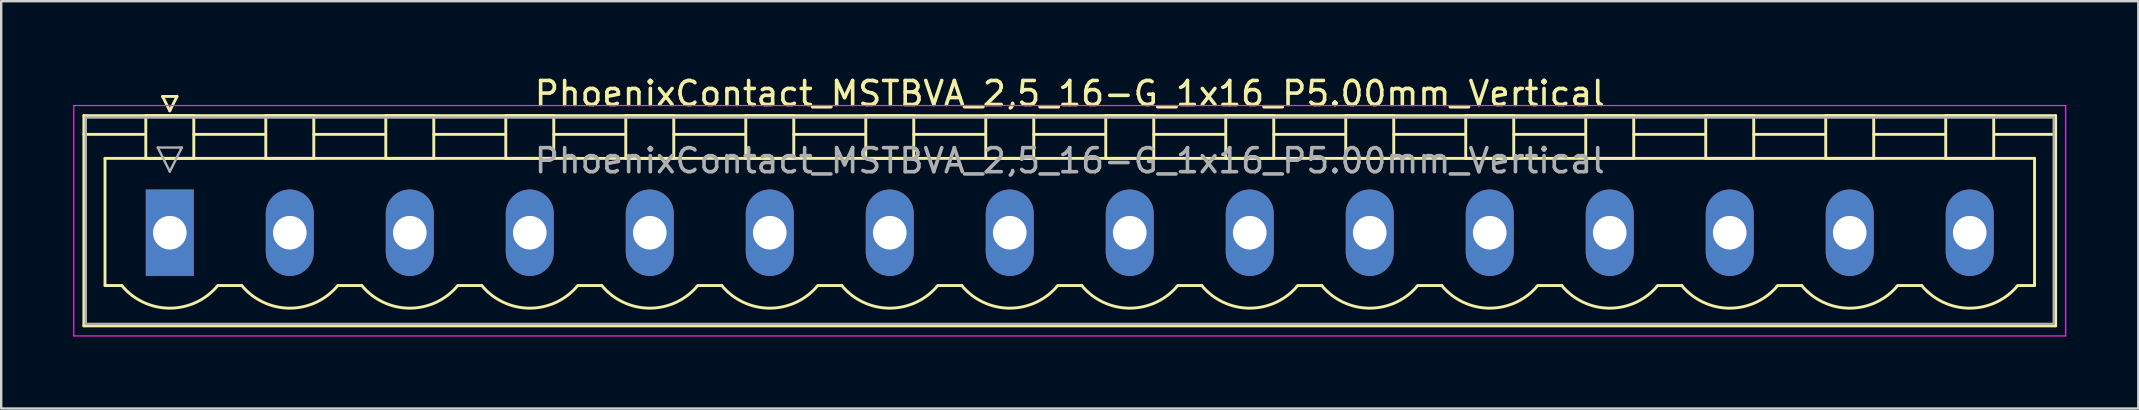
<source format=kicad_pcb>
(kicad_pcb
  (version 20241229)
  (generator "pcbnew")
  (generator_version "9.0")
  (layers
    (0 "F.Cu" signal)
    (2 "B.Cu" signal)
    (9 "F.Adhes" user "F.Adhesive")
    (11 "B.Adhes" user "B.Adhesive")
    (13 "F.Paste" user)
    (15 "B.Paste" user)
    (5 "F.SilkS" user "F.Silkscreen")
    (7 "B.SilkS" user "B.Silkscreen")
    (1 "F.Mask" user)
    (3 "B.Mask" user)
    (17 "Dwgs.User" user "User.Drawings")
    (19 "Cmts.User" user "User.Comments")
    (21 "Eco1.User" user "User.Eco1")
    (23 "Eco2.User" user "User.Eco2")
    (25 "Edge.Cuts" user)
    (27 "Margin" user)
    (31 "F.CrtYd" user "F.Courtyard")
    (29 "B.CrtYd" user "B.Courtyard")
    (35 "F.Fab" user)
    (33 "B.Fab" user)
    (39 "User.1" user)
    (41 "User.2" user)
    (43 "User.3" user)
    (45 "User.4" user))
  (footprint "PhoenixContact_MSTBVA_2,5_16-G_1x16_P5.00mm_Vertical"
    (layer "F.Cu")
    (at 4.025 6.648)
    (property "Reference" "PhoenixContact_MSTBVA_2,5_16-G_1x16_P5.00mm_Vertical" (at 37.5 -5.8 0) (layer "F.SilkS") (effects (font (size 1 1) (thickness 0.15))))
    (attr through_hole)
    (fp_line (start -3.58 -4.88) (end -3.58 3.88) (stroke (width 0.12) (type solid)) (layer "F.SilkS"))
    (fp_line (start -3.58 -4.1) (end -1.08 -4.1) (stroke (width 0.12) (type solid)) (layer "F.SilkS"))
    (fp_line (start -3.58 3.88) (end 78.58 3.88) (stroke (width 0.12) (type solid)) (layer "F.SilkS"))
    (fp_line (start -2.7 -3.1) (end 77.7 -3.1) (stroke (width 0.12) (type solid)) (layer "F.SilkS"))
    (fp_line (start -2.7 2.2) (end -2.7 -3.1) (stroke (width 0.12) (type solid)) (layer "F.SilkS"))
    (fp_line (start -2 2.2) (end -2.7 2.2) (stroke (width 0.12) (type solid)) (layer "F.SilkS"))
    (fp_line (start -1 -4.88) (end 1 -4.88) (stroke (width 0.12) (type solid)) (layer "F.SilkS"))
    (fp_line (start -1 -3.1) (end -1 -4.88) (stroke (width 0.12) (type solid)) (layer "F.SilkS"))
    (fp_line (start -0.3 -5.68) (end 0.3 -5.68) (stroke (width 0.12) (type solid)) (layer "F.SilkS"))
    (fp_line (start 0 -5.08) (end -0.3 -5.68) (stroke (width 0.12) (type solid)) (layer "F.SilkS"))
    (fp_line (start 0.3 -5.68) (end 0 -5.08) (stroke (width 0.12) (type solid)) (layer "F.SilkS"))
    (fp_line (start 1 -4.88) (end 1 -3.1) (stroke (width 0.12) (type solid)) (layer "F.SilkS"))
    (fp_line (start 1 -4.1) (end 4 -4.1) (stroke (width 0.12) (type solid)) (layer "F.SilkS"))
    (fp_line (start 1 -3.1) (end -1 -3.1) (stroke (width 0.12) (type solid)) (layer "F.SilkS"))
    (fp_line (start 2 2.2) (end 3 2.2) (stroke (width 0.12) (type solid)) (layer "F.SilkS"))
    (fp_line (start 4 -4.88) (end 6 -4.88) (stroke (width 0.12) (type solid)) (layer "F.SilkS"))
    (fp_line (start 4 -3.1) (end 4 -4.88) (stroke (width 0.12) (type solid)) (layer "F.SilkS"))
    (fp_line (start 6 -4.88) (end 6 -3.1) (stroke (width 0.12) (type solid)) (layer "F.SilkS"))
    (fp_line (start 6 -4.1) (end 9 -4.1) (stroke (width 0.12) (type solid)) (layer "F.SilkS"))
    (fp_line (start 6 -3.1) (end 4 -3.1) (stroke (width 0.12) (type solid)) (layer "F.SilkS"))
    (fp_line (start 7 2.2) (end 8 2.2) (stroke (width 0.12) (type solid)) (layer "F.SilkS"))
    (fp_line (start 9 -4.88) (end 11 -4.88) (stroke (width 0.12) (type solid)) (layer "F.SilkS"))
    (fp_line (start 9 -3.1) (end 9 -4.88) (stroke (width 0.12) (type solid)) (layer "F.SilkS"))
    (fp_line (start 11 -4.88) (end 11 -3.1) (stroke (width 0.12) (type solid)) (layer "F.SilkS"))
    (fp_line (start 11 -4.1) (end 14 -4.1) (stroke (width 0.12) (type solid)) (layer "F.SilkS"))
    (fp_line (start 11 -3.1) (end 9 -3.1) (stroke (width 0.12) (type solid)) (layer "F.SilkS"))
    (fp_line (start 12 2.2) (end 13 2.2) (stroke (width 0.12) (type solid)) (layer "F.SilkS"))
    (fp_line (start 14 -4.88) (end 16 -4.88) (stroke (width 0.12) (type solid)) (layer "F.SilkS"))
    (fp_line (start 14 -3.1) (end 14 -4.88) (stroke (width 0.12) (type solid)) (layer "F.SilkS"))
    (fp_line (start 16 -4.88) (end 16 -3.1) (stroke (width 0.12) (type solid)) (layer "F.SilkS"))
    (fp_line (start 16 -4.1) (end 19 -4.1) (stroke (width 0.12) (type solid)) (layer "F.SilkS"))
    (fp_line (start 16 -3.1) (end 14 -3.1) (stroke (width 0.12) (type solid)) (layer "F.SilkS"))
    (fp_line (start 17 2.2) (end 18 2.2) (stroke (width 0.12) (type solid)) (layer "F.SilkS"))
    (fp_line (start 19 -4.88) (end 21 -4.88) (stroke (width 0.12) (type solid)) (layer "F.SilkS"))
    (fp_line (start 19 -3.1) (end 19 -4.88) (stroke (width 0.12) (type solid)) (layer "F.SilkS"))
    (fp_line (start 21 -4.88) (end 21 -3.1) (stroke (width 0.12) (type solid)) (layer "F.SilkS"))
    (fp_line (start 21 -4.1) (end 24 -4.1) (stroke (width 0.12) (type solid)) (layer "F.SilkS"))
    (fp_line (start 21 -3.1) (end 19 -3.1) (stroke (width 0.12) (type solid)) (layer "F.SilkS"))
    (fp_line (start 22 2.2) (end 23 2.2) (stroke (width 0.12) (type solid)) (layer "F.SilkS"))
    (fp_line (start 24 -4.88) (end 26 -4.88) (stroke (width 0.12) (type solid)) (layer "F.SilkS"))
    (fp_line (start 24 -3.1) (end 24 -4.88) (stroke (width 0.12) (type solid)) (layer "F.SilkS"))
    (fp_line (start 26 -4.88) (end 26 -3.1) (stroke (width 0.12) (type solid)) (layer "F.SilkS"))
    (fp_line (start 26 -4.1) (end 29 -4.1) (stroke (width 0.12) (type solid)) (layer "F.SilkS"))
    (fp_line (start 26 -3.1) (end 24 -3.1) (stroke (width 0.12) (type solid)) (layer "F.SilkS"))
    (fp_line (start 27 2.2) (end 28 2.2) (stroke (width 0.12) (type solid)) (layer "F.SilkS"))
    (fp_line (start 29 -4.88) (end 31 -4.88) (stroke (width 0.12) (type solid)) (layer "F.SilkS"))
    (fp_line (start 29 -3.1) (end 29 -4.88) (stroke (width 0.12) (type solid)) (layer "F.SilkS"))
    (fp_line (start 31 -4.88) (end 31 -3.1) (stroke (width 0.12) (type solid)) (layer "F.SilkS"))
    (fp_line (start 31 -4.1) (end 34 -4.1) (stroke (width 0.12) (type solid)) (layer "F.SilkS"))
    (fp_line (start 31 -3.1) (end 29 -3.1) (stroke (width 0.12) (type solid)) (layer "F.SilkS"))
    (fp_line (start 32 2.2) (end 33 2.2) (stroke (width 0.12) (type solid)) (layer "F.SilkS"))
    (fp_line (start 34 -4.88) (end 36 -4.88) (stroke (width 0.12) (type solid)) (layer "F.SilkS"))
    (fp_line (start 34 -3.1) (end 34 -4.88) (stroke (width 0.12) (type solid)) (layer "F.SilkS"))
    (fp_line (start 36 -4.88) (end 36 -3.1) (stroke (width 0.12) (type solid)) (layer "F.SilkS"))
    (fp_line (start 36 -4.1) (end 39 -4.1) (stroke (width 0.12) (type solid)) (layer "F.SilkS"))
    (fp_line (start 36 -3.1) (end 34 -3.1) (stroke (width 0.12) (type solid)) (layer "F.SilkS"))
    (fp_line (start 37 2.2) (end 38 2.2) (stroke (width 0.12) (type solid)) (layer "F.SilkS"))
    (fp_line (start 39 -4.88) (end 41 -4.88) (stroke (width 0.12) (type solid)) (layer "F.SilkS"))
    (fp_line (start 39 -3.1) (end 39 -4.88) (stroke (width 0.12) (type solid)) (layer "F.SilkS"))
    (fp_line (start 41 -4.88) (end 41 -3.1) (stroke (width 0.12) (type solid)) (layer "F.SilkS"))
    (fp_line (start 41 -4.1) (end 44 -4.1) (stroke (width 0.12) (type solid)) (layer "F.SilkS"))
    (fp_line (start 41 -3.1) (end 39 -3.1) (stroke (width 0.12) (type solid)) (layer "F.SilkS"))
    (fp_line (start 42 2.2) (end 43 2.2) (stroke (width 0.12) (type solid)) (layer "F.SilkS"))
    (fp_line (start 44 -4.88) (end 46 -4.88) (stroke (width 0.12) (type solid)) (layer "F.SilkS"))
    (fp_line (start 44 -3.1) (end 44 -4.88) (stroke (width 0.12) (type solid)) (layer "F.SilkS"))
    (fp_line (start 46 -4.88) (end 46 -3.1) (stroke (width 0.12) (type solid)) (layer "F.SilkS"))
    (fp_line (start 46 -4.1) (end 49 -4.1) (stroke (width 0.12) (type solid)) (layer "F.SilkS"))
    (fp_line (start 46 -3.1) (end 44 -3.1) (stroke (width 0.12) (type solid)) (layer "F.SilkS"))
    (fp_line (start 47 2.2) (end 48 2.2) (stroke (width 0.12) (type solid)) (layer "F.SilkS"))
    (fp_line (start 49 -4.88) (end 51 -4.88) (stroke (width 0.12) (type solid)) (layer "F.SilkS"))
    (fp_line (start 49 -3.1) (end 49 -4.88) (stroke (width 0.12) (type solid)) (layer "F.SilkS"))
    (fp_line (start 51 -4.88) (end 51 -3.1) (stroke (width 0.12) (type solid)) (layer "F.SilkS"))
    (fp_line (start 51 -4.1) (end 54 -4.1) (stroke (width 0.12) (type solid)) (layer "F.SilkS"))
    (fp_line (start 51 -3.1) (end 49 -3.1) (stroke (width 0.12) (type solid)) (layer "F.SilkS"))
    (fp_line (start 52 2.2) (end 53 2.2) (stroke (width 0.12) (type solid)) (layer "F.SilkS"))
    (fp_line (start 54 -4.88) (end 56 -4.88) (stroke (width 0.12) (type solid)) (layer "F.SilkS"))
    (fp_line (start 54 -3.1) (end 54 -4.88) (stroke (width 0.12) (type solid)) (layer "F.SilkS"))
    (fp_line (start 56 -4.88) (end 56 -3.1) (stroke (width 0.12) (type solid)) (layer "F.SilkS"))
    (fp_line (start 56 -4.1) (end 59 -4.1) (stroke (width 0.12) (type solid)) (layer "F.SilkS"))
    (fp_line (start 56 -3.1) (end 54 -3.1) (stroke (width 0.12) (type solid)) (layer "F.SilkS"))
    (fp_line (start 57 2.2) (end 58 2.2) (stroke (width 0.12) (type solid)) (layer "F.SilkS"))
    (fp_line (start 59 -4.88) (end 61 -4.88) (stroke (width 0.12) (type solid)) (layer "F.SilkS"))
    (fp_line (start 59 -3.1) (end 59 -4.88) (stroke (width 0.12) (type solid)) (layer "F.SilkS"))
    (fp_line (start 61 -4.88) (end 61 -3.1) (stroke (width 0.12) (type solid)) (layer "F.SilkS"))
    (fp_line (start 61 -4.1) (end 64 -4.1) (stroke (width 0.12) (type solid)) (layer "F.SilkS"))
    (fp_line (start 61 -3.1) (end 59 -3.1) (stroke (width 0.12) (type solid)) (layer "F.SilkS"))
    (fp_line (start 62 2.2) (end 63 2.2) (stroke (width 0.12) (type solid)) (layer "F.SilkS"))
    (fp_line (start 64 -4.88) (end 66 -4.88) (stroke (width 0.12) (type solid)) (layer "F.SilkS"))
    (fp_line (start 64 -3.1) (end 64 -4.88) (stroke (width 0.12) (type solid)) (layer "F.SilkS"))
    (fp_line (start 66 -4.88) (end 66 -3.1) (stroke (width 0.12) (type solid)) (layer "F.SilkS"))
    (fp_line (start 66 -4.1) (end 69 -4.1) (stroke (width 0.12) (type solid)) (layer "F.SilkS"))
    (fp_line (start 66 -3.1) (end 64 -3.1) (stroke (width 0.12) (type solid)) (layer "F.SilkS"))
    (fp_line (start 67 2.2) (end 68 2.2) (stroke (width 0.12) (type solid)) (layer "F.SilkS"))
    (fp_line (start 69 -4.88) (end 71 -4.88) (stroke (width 0.12) (type solid)) (layer "F.SilkS"))
    (fp_line (start 69 -3.1) (end 69 -4.88) (stroke (width 0.12) (type solid)) (layer "F.SilkS"))
    (fp_line (start 71 -4.88) (end 71 -3.1) (stroke (width 0.12) (type solid)) (layer "F.SilkS"))
    (fp_line (start 71 -4.1) (end 74 -4.1) (stroke (width 0.12) (type solid)) (layer "F.SilkS"))
    (fp_line (start 71 -3.1) (end 69 -3.1) (stroke (width 0.12) (type solid)) (layer "F.SilkS"))
    (fp_line (start 72 2.2) (end 73 2.2) (stroke (width 0.12) (type solid)) (layer "F.SilkS"))
    (fp_line (start 74 -4.88) (end 76 -4.88) (stroke (width 0.12) (type solid)) (layer "F.SilkS"))
    (fp_line (start 74 -3.1) (end 74 -4.88) (stroke (width 0.12) (type solid)) (layer "F.SilkS"))
    (fp_line (start 76 -4.88) (end 76 -3.1) (stroke (width 0.12) (type solid)) (layer "F.SilkS"))
    (fp_line (start 76 -3.1) (end 74 -3.1) (stroke (width 0.12) (type solid)) (layer "F.SilkS"))
    (fp_line (start 77.7 -3.1) (end 77.7 2.2) (stroke (width 0.12) (type solid)) (layer "F.SilkS"))
    (fp_line (start 77.7 2.2) (end 77 2.2) (stroke (width 0.12) (type solid)) (layer "F.SilkS"))
    (fp_line (start 78.58 -4.88) (end -3.58 -4.88) (stroke (width 0.12) (type solid)) (layer "F.SilkS"))
    (fp_line (start 78.58 -4.1) (end 76.08 -4.1) (stroke (width 0.12) (type solid)) (layer "F.SilkS"))
    (fp_line (start 78.58 3.88) (end 78.58 -4.88) (stroke (width 0.12) (type solid)) (layer "F.SilkS"))
    (fp_arc (start 1.986842 2.215821) (mid -0.010289 3.142758) (end -2 2.2) (stroke (width 0.12) (type solid)) (layer "F.SilkS"))
    (fp_arc (start 6.986842 2.215821) (mid 4.989711 3.142758) (end 3 2.2) (stroke (width 0.12) (type solid)) (layer "F.SilkS"))
    (fp_arc (start 11.986842 2.215821) (mid 9.989711 3.142758) (end 8 2.2) (stroke (width 0.12) (type solid)) (layer "F.SilkS"))
    (fp_arc (start 16.986842 2.215821) (mid 14.989711 3.142758) (end 13 2.2) (stroke (width 0.12) (type solid)) (layer "F.SilkS"))
    (fp_arc (start 21.986842 2.215821) (mid 19.989711 3.142758) (end 18 2.2) (stroke (width 0.12) (type solid)) (layer "F.SilkS"))
    (fp_arc (start 26.986842 2.215821) (mid 24.989711 3.142758) (end 23 2.2) (stroke (width 0.12) (type solid)) (layer "F.SilkS"))
    (fp_arc (start 31.986842 2.215821) (mid 29.989711 3.142758) (end 28 2.2) (stroke (width 0.12) (type solid)) (layer "F.SilkS"))
    (fp_arc (start 36.986842 2.215821) (mid 34.989711 3.142758) (end 33 2.2) (stroke (width 0.12) (type solid)) (layer "F.SilkS"))
    (fp_arc (start 41.986842 2.215821) (mid 39.989711 3.142758) (end 38 2.2) (stroke (width 0.12) (type solid)) (layer "F.SilkS"))
    (fp_arc (start 46.986842 2.215821) (mid 44.989711 3.142758) (end 43 2.2) (stroke (width 0.12) (type solid)) (layer "F.SilkS"))
    (fp_arc (start 51.986842 2.215821) (mid 49.989711 3.142758) (end 48 2.2) (stroke (width 0.12) (type solid)) (layer "F.SilkS"))
    (fp_arc (start 56.986842 2.215821) (mid 54.989711 3.142758) (end 53 2.2) (stroke (width 0.12) (type solid)) (layer "F.SilkS"))
    (fp_arc (start 61.986842 2.215821) (mid 59.989711 3.142758) (end 58 2.2) (stroke (width 0.12) (type solid)) (layer "F.SilkS"))
    (fp_arc (start 66.986842 2.215821) (mid 64.989711 3.142758) (end 63 2.2) (stroke (width 0.12) (type solid)) (layer "F.SilkS"))
    (fp_arc (start 71.986842 2.215821) (mid 69.989711 3.142758) (end 68 2.2) (stroke (width 0.12) (type solid)) (layer "F.SilkS"))
    (fp_arc (start 76.986842 2.215821) (mid 74.989711 3.142758) (end 73 2.2) (stroke (width 0.12) (type solid)) (layer "F.SilkS"))
    (fp_line (start -4 -5.3) (end -4 4.3) (stroke (width 0.05) (type solid)) (layer "F.CrtYd"))
    (fp_line (start -4 4.3) (end 79 4.3) (stroke (width 0.05) (type solid)) (layer "F.CrtYd"))
    (fp_line (start 79 -5.3) (end -4 -5.3) (stroke (width 0.05) (type solid)) (layer "F.CrtYd"))
    (fp_line (start 79 4.3) (end 79 -5.3) (stroke (width 0.05) (type solid)) (layer "F.CrtYd"))
    (fp_line (start -3.5 -4.8) (end -3.5 3.8) (stroke (width 0.1) (type solid)) (layer "F.Fab"))
    (fp_line (start -3.5 3.8) (end 78.5 3.8) (stroke (width 0.1) (type solid)) (layer "F.Fab"))
    (fp_line (start -0.5 -3.55) (end 0.5 -3.55) (stroke (width 0.1) (type solid)) (layer "F.Fab"))
    (fp_line (start 0 -2.55) (end -0.5 -3.55) (stroke (width 0.1) (type solid)) (layer "F.Fab"))
    (fp_line (start 0.5 -3.55) (end 0 -2.55) (stroke (width 0.1) (type solid)) (layer "F.Fab"))
    (fp_line (start 78.5 -4.8) (end -3.5 -4.8) (stroke (width 0.1) (type solid)) (layer "F.Fab"))
    (fp_line (start 78.5 3.8) (end 78.5 -4.8) (stroke (width 0.1) (type solid)) (layer "F.Fab"))
    (fp_text user "${REFERENCE}" (at 37.5 -3 0) (layer "F.Fab") (effects (font (size 1 1) (thickness 0.15))))
    (pad "1" thru_hole rect (at 0 0) (size 2 3.6) (drill 1.4) (layers "*.Cu" "*.Mask"))
    (pad "2" thru_hole oval (at 5 0) (size 2 3.6) (drill 1.4) (layers "*.Cu" "*.Mask"))
    (pad "3" thru_hole oval (at 10 0) (size 2 3.6) (drill 1.4) (layers "*.Cu" "*.Mask"))
    (pad "4" thru_hole oval (at 15 0) (size 2 3.6) (drill 1.4) (layers "*.Cu" "*.Mask"))
    (pad "5" thru_hole oval (at 20 0) (size 2 3.6) (drill 1.4) (layers "*.Cu" "*.Mask"))
    (pad "6" thru_hole oval (at 25 0) (size 2 3.6) (drill 1.4) (layers "*.Cu" "*.Mask"))
    (pad "7" thru_hole oval (at 30 0) (size 2 3.6) (drill 1.4) (layers "*.Cu" "*.Mask"))
    (pad "8" thru_hole oval (at 35 0) (size 2 3.6) (drill 1.4) (layers "*.Cu" "*.Mask"))
    (pad "9" thru_hole oval (at 40 0) (size 2 3.6) (drill 1.4) (layers "*.Cu" "*.Mask"))
    (pad "10" thru_hole oval (at 45 0) (size 2 3.6) (drill 1.4) (layers "*.Cu" "*.Mask"))
    (pad "11" thru_hole oval (at 50 0) (size 2 3.6) (drill 1.4) (layers "*.Cu" "*.Mask"))
    (pad "12" thru_hole oval (at 55 0) (size 2 3.6) (drill 1.4) (layers "*.Cu" "*.Mask"))
    (pad "13" thru_hole oval (at 60 0) (size 2 3.6) (drill 1.4) (layers "*.Cu" "*.Mask"))
    (pad "14" thru_hole oval (at 65 0) (size 2 3.6) (drill 1.4) (layers "*.Cu" "*.Mask"))
    (pad "15" thru_hole oval (at 70 0) (size 2 3.6) (drill 1.4) (layers "*.Cu" "*.Mask"))
    (pad "16" thru_hole oval (at 75 0) (size 2 3.6) (drill 1.4) (layers "*.Cu" "*.Mask")))
  (gr_rect
    (start -3 -3)
    (end 86.05 13.973)
    (stroke (width 0.1) (type default))
    (fill no)
    (layer "Edge.Cuts")))
</source>
